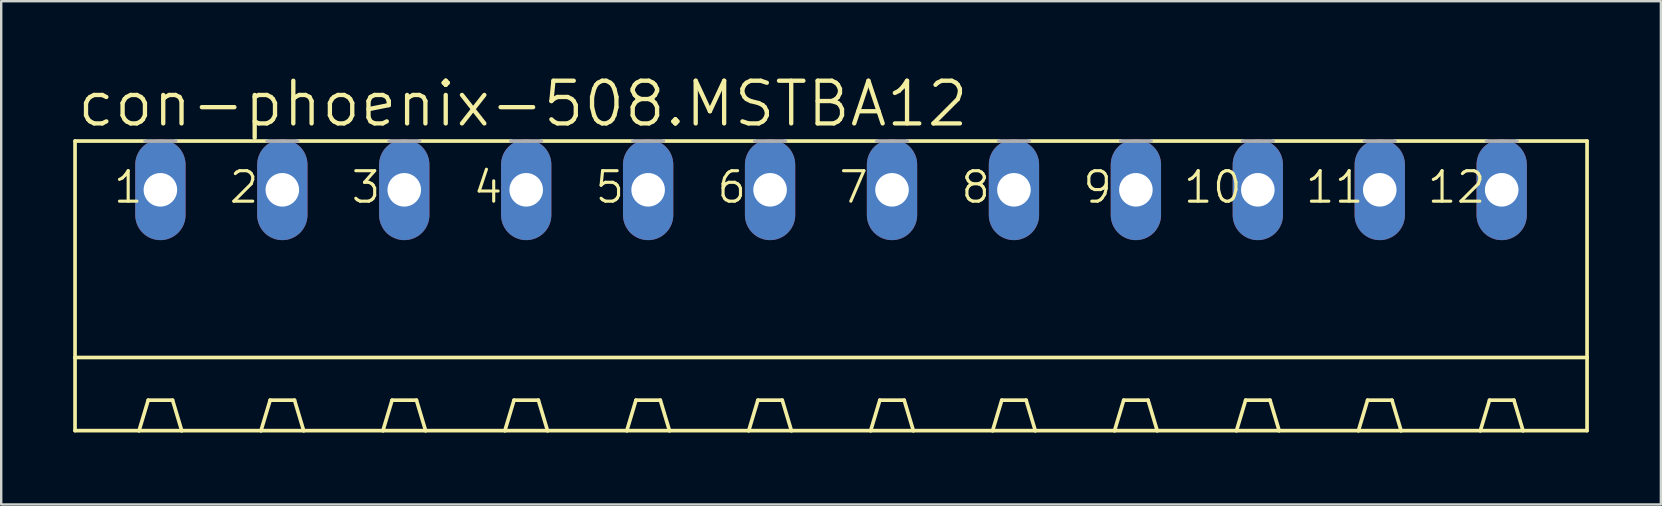
<source format=kicad_pcb>
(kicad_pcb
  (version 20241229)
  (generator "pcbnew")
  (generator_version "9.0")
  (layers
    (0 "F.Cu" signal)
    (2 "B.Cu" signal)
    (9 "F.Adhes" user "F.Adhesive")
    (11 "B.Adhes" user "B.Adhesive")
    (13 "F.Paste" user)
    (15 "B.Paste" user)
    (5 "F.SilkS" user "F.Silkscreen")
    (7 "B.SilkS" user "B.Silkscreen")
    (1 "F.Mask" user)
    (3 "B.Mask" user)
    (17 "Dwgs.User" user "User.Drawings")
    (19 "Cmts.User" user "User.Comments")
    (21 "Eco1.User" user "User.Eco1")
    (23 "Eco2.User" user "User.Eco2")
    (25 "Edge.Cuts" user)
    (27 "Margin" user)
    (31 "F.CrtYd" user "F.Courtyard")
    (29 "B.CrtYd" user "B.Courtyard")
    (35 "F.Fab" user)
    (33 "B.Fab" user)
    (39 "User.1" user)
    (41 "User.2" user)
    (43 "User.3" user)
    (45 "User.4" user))
  (footprint "con-phoenix-508.MSTBA12"
    (layer "F.Cu")
    (at 31.572 9.938)
    (property "Reference" "con-phoenix-508.MSTBA12" (at -31.496 -7.62 0) (layer "F.SilkS") (effects (font (size 1.778 1.778) (thickness 0.18)) (justify left bottom)))
    (attr through_hole)
    (fp_line (start -31.496 -7.112) (end -31.496 1.905) (stroke (width 0.152) (type default)) (layer "F.SilkS"))
    (fp_line (start -31.496 -7.112) (end -28.575 -7.112) (stroke (width 0.152) (type default)) (layer "F.SilkS"))
    (fp_line (start -31.496 1.905) (end -31.496 4.953) (stroke (width 0.152) (type default)) (layer "F.SilkS"))
    (fp_line (start -31.496 1.905) (end 31.496 1.905) (stroke (width 0.152) (type default)) (layer "F.SilkS"))
    (fp_line (start -31.496 4.953) (end -28.829 4.953) (stroke (width 0.152) (type default)) (layer "F.SilkS"))
    (fp_line (start -28.829 4.953) (end -28.448 3.683) (stroke (width 0.152) (type default)) (layer "F.SilkS"))
    (fp_line (start -28.829 4.953) (end -27.051 4.953) (stroke (width 0.152) (type default)) (layer "F.SilkS"))
    (fp_line (start -27.432 3.683) (end -28.448 3.683) (stroke (width 0.152) (type default)) (layer "F.SilkS"))
    (fp_line (start -27.305 -7.112) (end -23.495 -7.112) (stroke (width 0.152) (type default)) (layer "F.SilkS"))
    (fp_line (start -27.051 4.953) (end -27.432 3.683) (stroke (width 0.152) (type default)) (layer "F.SilkS"))
    (fp_line (start -27.051 4.953) (end -23.749 4.953) (stroke (width 0.152) (type default)) (layer "F.SilkS"))
    (fp_line (start -23.749 4.953) (end -23.368 3.683) (stroke (width 0.152) (type default)) (layer "F.SilkS"))
    (fp_line (start -23.749 4.953) (end -21.971 4.953) (stroke (width 0.152) (type default)) (layer "F.SilkS"))
    (fp_line (start -23.368 3.683) (end -22.352 3.683) (stroke (width 0.152) (type default)) (layer "F.SilkS"))
    (fp_line (start -22.225 -7.112) (end -18.415 -7.112) (stroke (width 0.152) (type default)) (layer "F.SilkS"))
    (fp_line (start -21.971 4.953) (end -22.352 3.683) (stroke (width 0.152) (type default)) (layer "F.SilkS"))
    (fp_line (start -21.971 4.953) (end -18.669 4.953) (stroke (width 0.152) (type default)) (layer "F.SilkS"))
    (fp_line (start -18.669 4.953) (end -18.288 3.683) (stroke (width 0.152) (type default)) (layer "F.SilkS"))
    (fp_line (start -18.669 4.953) (end -16.891 4.953) (stroke (width 0.152) (type default)) (layer "F.SilkS"))
    (fp_line (start -18.288 3.683) (end -17.272 3.683) (stroke (width 0.152) (type default)) (layer "F.SilkS"))
    (fp_line (start -17.145 -7.112) (end -13.335 -7.112) (stroke (width 0.152) (type default)) (layer "F.SilkS"))
    (fp_line (start -16.891 4.953) (end -17.272 3.683) (stroke (width 0.152) (type default)) (layer "F.SilkS"))
    (fp_line (start -16.891 4.953) (end -13.589 4.953) (stroke (width 0.152) (type default)) (layer "F.SilkS"))
    (fp_line (start -13.589 4.953) (end -13.208 3.683) (stroke (width 0.152) (type default)) (layer "F.SilkS"))
    (fp_line (start -13.589 4.953) (end -11.811 4.953) (stroke (width 0.152) (type default)) (layer "F.SilkS"))
    (fp_line (start -13.208 3.683) (end -12.192 3.683) (stroke (width 0.152) (type default)) (layer "F.SilkS"))
    (fp_line (start -12.065 -7.112) (end -8.255 -7.112) (stroke (width 0.152) (type default)) (layer "F.SilkS"))
    (fp_line (start -11.811 4.953) (end -12.192 3.683) (stroke (width 0.152) (type default)) (layer "F.SilkS"))
    (fp_line (start -11.811 4.953) (end -8.509 4.953) (stroke (width 0.152) (type default)) (layer "F.SilkS"))
    (fp_line (start -8.509 4.953) (end -8.128 3.683) (stroke (width 0.152) (type default)) (layer "F.SilkS"))
    (fp_line (start -8.509 4.953) (end -6.731 4.953) (stroke (width 0.152) (type default)) (layer "F.SilkS"))
    (fp_line (start -8.128 3.683) (end -7.112 3.683) (stroke (width 0.152) (type default)) (layer "F.SilkS"))
    (fp_line (start -6.985 -7.112) (end -3.175 -7.112) (stroke (width 0.152) (type default)) (layer "F.SilkS"))
    (fp_line (start -6.731 4.953) (end -7.112 3.683) (stroke (width 0.152) (type default)) (layer "F.SilkS"))
    (fp_line (start -6.731 4.953) (end -3.429 4.953) (stroke (width 0.152) (type default)) (layer "F.SilkS"))
    (fp_line (start -3.429 4.953) (end -3.048 3.683) (stroke (width 0.152) (type default)) (layer "F.SilkS"))
    (fp_line (start -3.429 4.953) (end -1.651 4.953) (stroke (width 0.152) (type default)) (layer "F.SilkS"))
    (fp_line (start -3.048 3.683) (end -2.032 3.683) (stroke (width 0.152) (type default)) (layer "F.SilkS"))
    (fp_line (start -1.905 -7.112) (end 1.905 -7.112) (stroke (width 0.152) (type default)) (layer "F.SilkS"))
    (fp_line (start -1.651 4.953) (end -2.032 3.683) (stroke (width 0.152) (type default)) (layer "F.SilkS"))
    (fp_line (start -1.651 4.953) (end 1.651 4.953) (stroke (width 0.152) (type default)) (layer "F.SilkS"))
    (fp_line (start 1.651 4.953) (end 2.032 3.683) (stroke (width 0.152) (type default)) (layer "F.SilkS"))
    (fp_line (start 1.651 4.953) (end 3.429 4.953) (stroke (width 0.152) (type default)) (layer "F.SilkS"))
    (fp_line (start 2.032 3.683) (end 3.048 3.683) (stroke (width 0.152) (type default)) (layer "F.SilkS"))
    (fp_line (start 3.175 -7.112) (end 6.985 -7.112) (stroke (width 0.152) (type default)) (layer "F.SilkS"))
    (fp_line (start 3.429 4.953) (end 3.048 3.683) (stroke (width 0.152) (type default)) (layer "F.SilkS"))
    (fp_line (start 3.429 4.953) (end 6.731 4.953) (stroke (width 0.152) (type default)) (layer "F.SilkS"))
    (fp_line (start 6.731 4.953) (end 7.112 3.683) (stroke (width 0.152) (type default)) (layer "F.SilkS"))
    (fp_line (start 6.731 4.953) (end 8.509 4.953) (stroke (width 0.152) (type default)) (layer "F.SilkS"))
    (fp_line (start 7.112 3.683) (end 8.128 3.683) (stroke (width 0.152) (type default)) (layer "F.SilkS"))
    (fp_line (start 8.255 -7.112) (end 12.065 -7.112) (stroke (width 0.152) (type default)) (layer "F.SilkS"))
    (fp_line (start 8.509 4.953) (end 8.128 3.683) (stroke (width 0.152) (type default)) (layer "F.SilkS"))
    (fp_line (start 8.509 4.953) (end 11.811 4.953) (stroke (width 0.152) (type default)) (layer "F.SilkS"))
    (fp_line (start 11.811 4.953) (end 12.192 3.683) (stroke (width 0.152) (type default)) (layer "F.SilkS"))
    (fp_line (start 11.811 4.953) (end 13.589 4.953) (stroke (width 0.152) (type default)) (layer "F.SilkS"))
    (fp_line (start 12.192 3.683) (end 13.208 3.683) (stroke (width 0.152) (type default)) (layer "F.SilkS"))
    (fp_line (start 13.335 -7.112) (end 17.145 -7.112) (stroke (width 0.152) (type default)) (layer "F.SilkS"))
    (fp_line (start 13.589 4.953) (end 13.208 3.683) (stroke (width 0.152) (type default)) (layer "F.SilkS"))
    (fp_line (start 13.589 4.953) (end 16.891 4.953) (stroke (width 0.152) (type default)) (layer "F.SilkS"))
    (fp_line (start 16.891 4.953) (end 17.272 3.683) (stroke (width 0.152) (type default)) (layer "F.SilkS"))
    (fp_line (start 16.891 4.953) (end 18.669 4.953) (stroke (width 0.152) (type default)) (layer "F.SilkS"))
    (fp_line (start 17.272 3.683) (end 18.288 3.683) (stroke (width 0.152) (type default)) (layer "F.SilkS"))
    (fp_line (start 18.415 -7.112) (end 22.225 -7.112) (stroke (width 0.152) (type default)) (layer "F.SilkS"))
    (fp_line (start 18.669 4.953) (end 18.288 3.683) (stroke (width 0.152) (type default)) (layer "F.SilkS"))
    (fp_line (start 18.669 4.953) (end 21.971 4.953) (stroke (width 0.152) (type default)) (layer "F.SilkS"))
    (fp_line (start 21.971 4.953) (end 22.352 3.683) (stroke (width 0.152) (type default)) (layer "F.SilkS"))
    (fp_line (start 21.971 4.953) (end 23.749 4.953) (stroke (width 0.152) (type default)) (layer "F.SilkS"))
    (fp_line (start 22.352 3.683) (end 23.368 3.683) (stroke (width 0.152) (type default)) (layer "F.SilkS"))
    (fp_line (start 23.495 -7.112) (end 27.305 -7.112) (stroke (width 0.152) (type default)) (layer "F.SilkS"))
    (fp_line (start 23.749 4.953) (end 23.368 3.683) (stroke (width 0.152) (type default)) (layer "F.SilkS"))
    (fp_line (start 23.749 4.953) (end 27.051 4.953) (stroke (width 0.152) (type default)) (layer "F.SilkS"))
    (fp_line (start 27.051 4.953) (end 27.432 3.683) (stroke (width 0.152) (type default)) (layer "F.SilkS"))
    (fp_line (start 27.051 4.953) (end 28.829 4.953) (stroke (width 0.152) (type default)) (layer "F.SilkS"))
    (fp_line (start 27.432 3.683) (end 28.448 3.683) (stroke (width 0.152) (type default)) (layer "F.SilkS"))
    (fp_line (start 28.575 -7.112) (end 31.496 -7.112) (stroke (width 0.152) (type default)) (layer "F.SilkS"))
    (fp_line (start 28.829 4.953) (end 28.448 3.683) (stroke (width 0.152) (type default)) (layer "F.SilkS"))
    (fp_line (start 28.829 4.953) (end 31.496 4.953) (stroke (width 0.152) (type default)) (layer "F.SilkS"))
    (fp_line (start 31.496 -7.112) (end 31.496 1.905) (stroke (width 0.152) (type default)) (layer "F.SilkS"))
    (fp_line (start 31.496 1.905) (end 31.496 4.953) (stroke (width 0.152) (type default)) (layer "F.SilkS"))
    (fp_line (start -28.575 -7.112) (end -27.305 -7.112) (stroke (width 0.152) (type default)) (layer "F.Fab"))
    (fp_line (start -23.495 -7.112) (end -22.225 -7.112) (stroke (width 0.152) (type default)) (layer "F.Fab"))
    (fp_line (start -18.415 -7.112) (end -17.145 -7.112) (stroke (width 0.152) (type default)) (layer "F.Fab"))
    (fp_line (start -13.335 -7.112) (end -12.065 -7.112) (stroke (width 0.152) (type default)) (layer "F.Fab"))
    (fp_line (start -8.255 -7.112) (end -6.985 -7.112) (stroke (width 0.152) (type default)) (layer "F.Fab"))
    (fp_line (start -3.175 -7.112) (end -1.905 -7.112) (stroke (width 0.152) (type default)) (layer "F.Fab"))
    (fp_line (start 1.905 -7.112) (end 3.175 -7.112) (stroke (width 0.152) (type default)) (layer "F.Fab"))
    (fp_line (start 6.985 -7.112) (end 8.255 -7.112) (stroke (width 0.152) (type default)) (layer "F.Fab"))
    (fp_line (start 12.065 -7.112) (end 13.335 -7.112) (stroke (width 0.152) (type default)) (layer "F.Fab"))
    (fp_line (start 17.145 -7.112) (end 18.415 -7.112) (stroke (width 0.152) (type default)) (layer "F.Fab"))
    (fp_line (start 22.225 -7.112) (end 23.495 -7.112) (stroke (width 0.152) (type default)) (layer "F.Fab"))
    (fp_line (start 27.305 -7.112) (end 28.575 -7.112) (stroke (width 0.152) (type default)) (layer "F.Fab"))
    (fp_text user "10" (at 14.605 -4.445 0) (layer "F.SilkS") (effects (font (size 1.27 1.27) (thickness 0.13)) (justify left bottom)))
    (fp_text user "3" (at -20.066 -4.445 0) (layer "F.SilkS") (effects (font (size 1.27 1.27) (thickness 0.13)) (justify left bottom)))
    (fp_text user "5" (at -9.906 -4.445 0) (layer "F.SilkS") (effects (font (size 1.27 1.27) (thickness 0.13)) (justify left bottom)))
    (fp_text user "8" (at 5.334 -4.445 0) (layer "F.SilkS") (effects (font (size 1.27 1.27) (thickness 0.13)) (justify left bottom)))
    (fp_text user "11" (at 19.685 -4.445 0) (layer "F.SilkS") (effects (font (size 1.27 1.27) (thickness 0.13)) (justify left bottom)))
    (fp_text user "4" (at -14.986 -4.445 0) (layer "F.SilkS") (effects (font (size 1.27 1.27) (thickness 0.13)) (justify left bottom)))
    (fp_text user "7" (at 0.254 -4.445 0) (layer "F.SilkS") (effects (font (size 1.27 1.27) (thickness 0.13)) (justify left bottom)))
    (fp_text user "2" (at -25.146 -4.445 0) (layer "F.SilkS") (effects (font (size 1.27 1.27) (thickness 0.13)) (justify left bottom)))
    (fp_text user "1" (at -29.972 -4.445 0) (layer "F.SilkS") (effects (font (size 1.27 1.27) (thickness 0.13)) (justify left bottom)))
    (fp_text user "6" (at -4.826 -4.445 0) (layer "F.SilkS") (effects (font (size 1.27 1.27) (thickness 0.13)) (justify left bottom)))
    (fp_text user "12" (at 24.765 -4.445 0) (layer "F.SilkS") (effects (font (size 1.27 1.27) (thickness 0.13)) (justify left bottom)))
    (fp_text user "9" (at 10.414 -4.445 0) (layer "F.SilkS") (effects (font (size 1.27 1.27) (thickness 0.13)) (justify left bottom)))
    (pad "1" thru_hole oval (at -27.94 -5.08 90) (size 4.191 2.095) (drill 1.397) (layers "*.Cu" "*.Mask"))
    (pad "2" thru_hole oval (at -22.86 -5.08 90) (size 4.191 2.095) (drill 1.397) (layers "*.Cu" "*.Mask"))
    (pad "3" thru_hole oval (at -17.78 -5.08 90) (size 4.191 2.095) (drill 1.397) (layers "*.Cu" "*.Mask"))
    (pad "4" thru_hole oval (at -12.7 -5.08 90) (size 4.191 2.095) (drill 1.397) (layers "*.Cu" "*.Mask"))
    (pad "5" thru_hole oval (at -7.62 -5.08 90) (size 4.191 2.095) (drill 1.397) (layers "*.Cu" "*.Mask"))
    (pad "6" thru_hole oval (at -2.54 -5.08 90) (size 4.191 2.095) (drill 1.397) (layers "*.Cu" "*.Mask"))
    (pad "7" thru_hole oval (at 2.54 -5.08 90) (size 4.191 2.095) (drill 1.397) (layers "*.Cu" "*.Mask"))
    (pad "8" thru_hole oval (at 7.62 -5.08 90) (size 4.191 2.095) (drill 1.397) (layers "*.Cu" "*.Mask"))
    (pad "9" thru_hole oval (at 12.7 -5.08 90) (size 4.191 2.095) (drill 1.397) (layers "*.Cu" "*.Mask"))
    (pad "10" thru_hole oval (at 17.78 -5.08 90) (size 4.191 2.095) (drill 1.397) (layers "*.Cu" "*.Mask"))
    (pad "11" thru_hole oval (at 22.86 -5.08 90) (size 4.191 2.095) (drill 1.397) (layers "*.Cu" "*.Mask"))
    (pad "12" thru_hole oval (at 27.94 -5.08 90) (size 4.191 2.095) (drill 1.397) (layers "*.Cu" "*.Mask")))
  (gr_rect
    (start -3 -3)
    (end 66.144 17.967)
    (stroke (width 0.1) (type default))
    (fill no)
    (layer "Edge.Cuts")))
</source>
